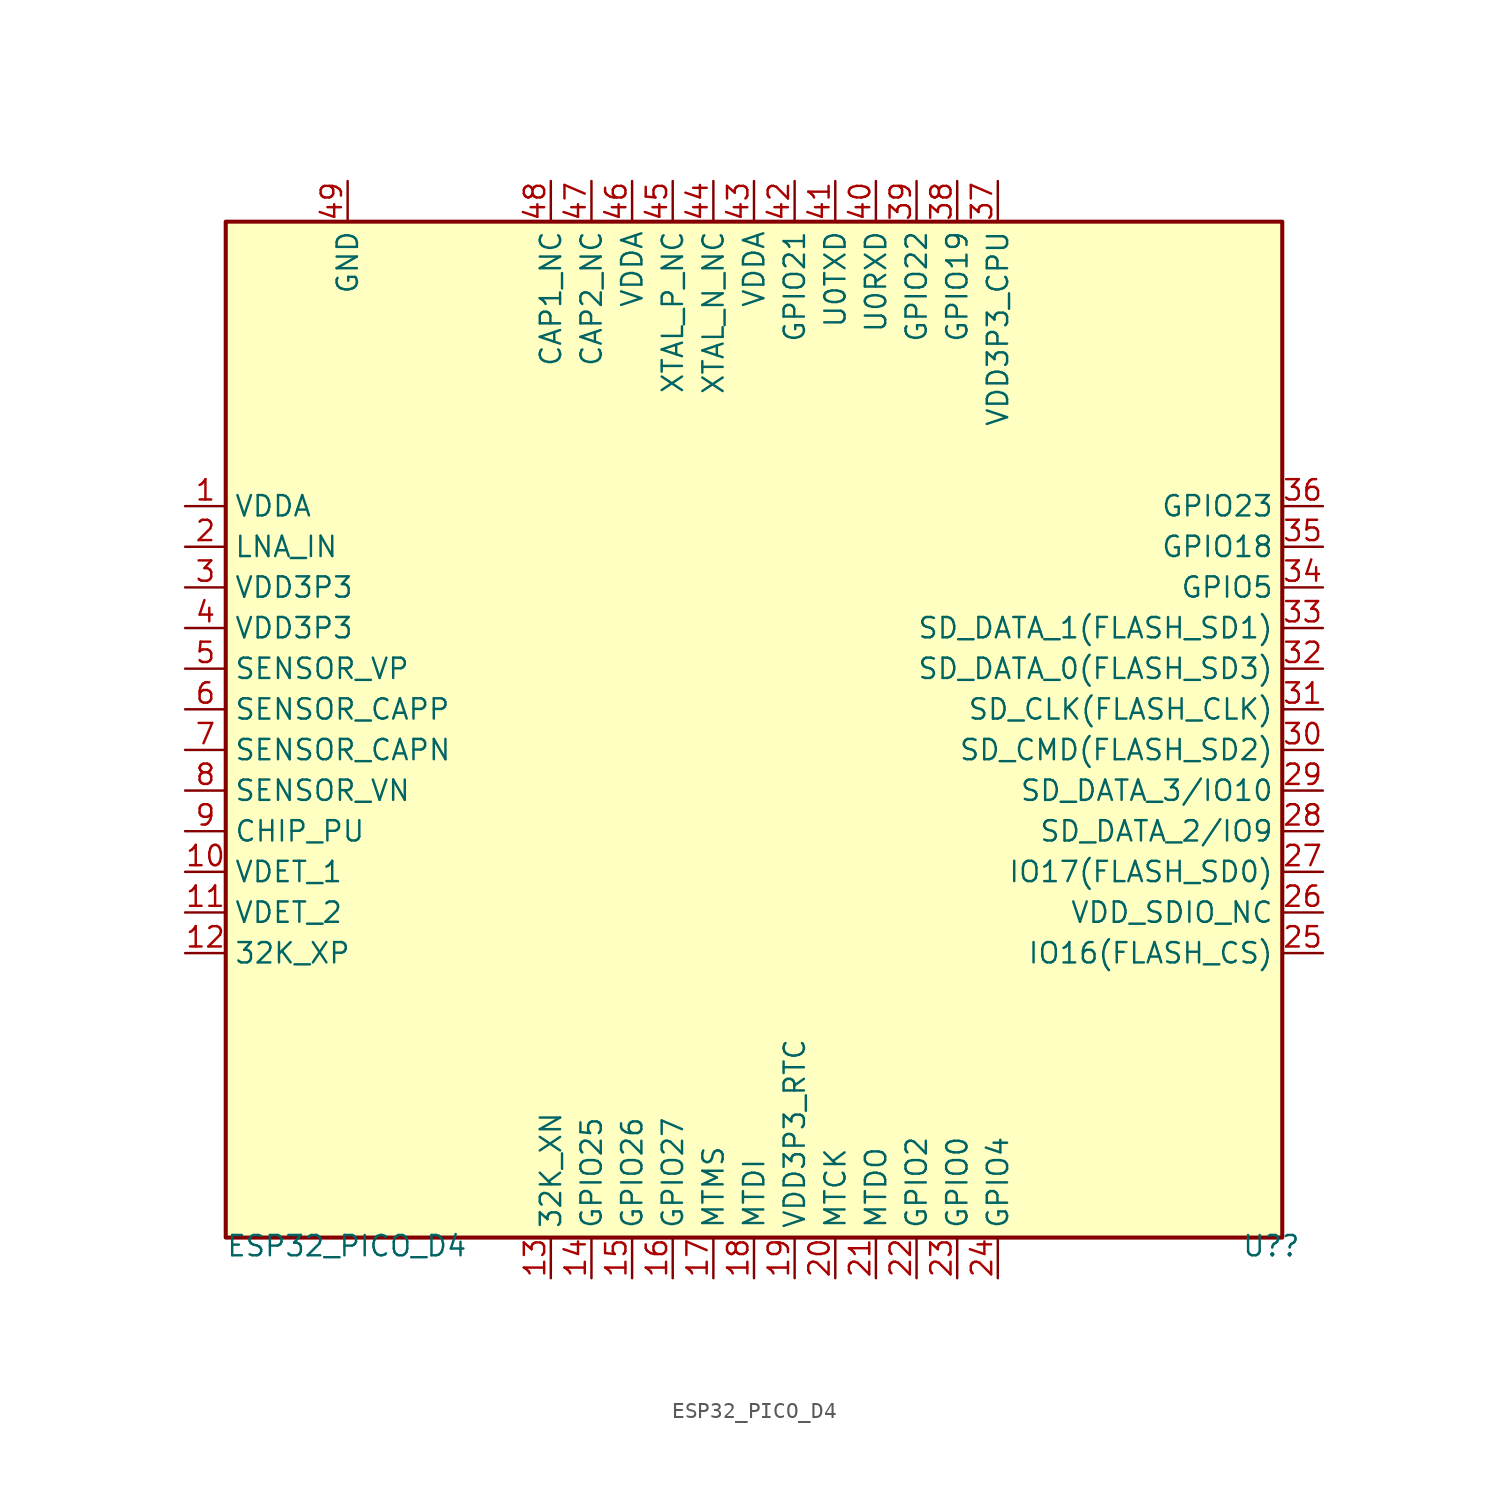
<source format=kicad_sym>
(kicad_symbol_lib
  (version 20211014)
  (generator kicad_symbol_editor)
  (symbol "ESP32_PICO_D4"
    (property "Reference" "U?"
      (at 63.5 -64.77 0)
      (effects (font (size 1.27 1.27)) (justify left bottom)))
    (property "Value" "ESP32_PICO_D4"
      (at 0 -64.77 0)
      (effects (font (size 1.27 1.27)) (justify left bottom)))
    (symbol "ESP32_PICO_D4_1_0"
      (rectangle (start 66.04 0) (end 0 -63.5) (stroke (width 0.254) (type default) (color 0 0 0 0)) (fill (type background)))
      (pin power_in line (at -2.54 -17.78 0) (length 2.54) (name "VDDA" (effects (font (size 1.27 1.27)))) (number "1" (effects (font (size 1.27 1.27)))))
      (pin passive line (at -2.54 -40.64 0) (length 2.54) (name "VDET_1" (effects (font (size 1.27 1.27)))) (number "10" (effects (font (size 1.27 1.27)))))
      (pin passive line (at -2.54 -43.18 0) (length 2.54) (name "VDET_2" (effects (font (size 1.27 1.27)))) (number "11" (effects (font (size 1.27 1.27)))))
      (pin passive line (at -2.54 -45.72 0) (length 2.54) (name "32K_XP" (effects (font (size 1.27 1.27)))) (number "12" (effects (font (size 1.27 1.27)))))
      (pin passive line (at 20.32 -66.04 90) (length 2.54) (name "32K_XN" (effects (font (size 1.27 1.27)))) (number "13" (effects (font (size 1.27 1.27)))))
      (pin passive line (at 22.86 -66.04 90) (length 2.54) (name "GPIO25" (effects (font (size 1.27 1.27)))) (number "14" (effects (font (size 1.27 1.27)))))
      (pin passive line (at 25.4 -66.04 90) (length 2.54) (name "GPIO26" (effects (font (size 1.27 1.27)))) (number "15" (effects (font (size 1.27 1.27)))))
      (pin passive line (at 27.94 -66.04 90) (length 2.54) (name "GPIO27" (effects (font (size 1.27 1.27)))) (number "16" (effects (font (size 1.27 1.27)))))
      (pin passive line (at 30.48 -66.04 90) (length 2.54) (name "MTMS" (effects (font (size 1.27 1.27)))) (number "17" (effects (font (size 1.27 1.27)))))
      (pin passive line (at 33.02 -66.04 90) (length 2.54) (name "MTDI" (effects (font (size 1.27 1.27)))) (number "18" (effects (font (size 1.27 1.27)))))
      (pin power_in line (at 35.56 -66.04 90) (length 2.54) (name "VDD3P3_RTC" (effects (font (size 1.27 1.27)))) (number "19" (effects (font (size 1.27 1.27)))))
      (pin passive line (at -2.54 -20.32 0) (length 2.54) (name "LNA_IN" (effects (font (size 1.27 1.27)))) (number "2" (effects (font (size 1.27 1.27)))))
      (pin passive line (at 38.1 -66.04 90) (length 2.54) (name "MTCK" (effects (font (size 1.27 1.27)))) (number "20" (effects (font (size 1.27 1.27)))))
      (pin passive line (at 40.64 -66.04 90) (length 2.54) (name "MTDO" (effects (font (size 1.27 1.27)))) (number "21" (effects (font (size 1.27 1.27)))))
      (pin passive line (at 43.18 -66.04 90) (length 2.54) (name "GPIO2" (effects (font (size 1.27 1.27)))) (number "22" (effects (font (size 1.27 1.27)))))
      (pin passive line (at 45.72 -66.04 90) (length 2.54) (name "GPIO0" (effects (font (size 1.27 1.27)))) (number "23" (effects (font (size 1.27 1.27)))))
      (pin passive line (at 48.26 -66.04 90) (length 2.54) (name "GPIO4" (effects (font (size 1.27 1.27)))) (number "24" (effects (font (size 1.27 1.27)))))
      (pin passive line (at 68.58 -45.72 180) (length 2.54) (name "IO16(FLASH_CS)" (effects (font (size 1.27 1.27)))) (number "25" (effects (font (size 1.27 1.27)))))
      (pin passive line (at 68.58 -43.18 180) (length 2.54) (name "VDD_SDIO_NC" (effects (font (size 1.27 1.27)))) (number "26" (effects (font (size 1.27 1.27)))))
      (pin passive line (at 68.58 -40.64 180) (length 2.54) (name "IO17(FLASH_SD0)" (effects (font (size 1.27 1.27)))) (number "27" (effects (font (size 1.27 1.27)))))
      (pin passive line (at 68.58 -38.1 180) (length 2.54) (name "SD_DATA_2/IO9" (effects (font (size 1.27 1.27)))) (number "28" (effects (font (size 1.27 1.27)))))
      (pin passive line (at 68.58 -35.56 180) (length 2.54) (name "SD_DATA_3/IO10" (effects (font (size 1.27 1.27)))) (number "29" (effects (font (size 1.27 1.27)))))
      (pin power_in line (at -2.54 -22.86 0) (length 2.54) (name "VDD3P3" (effects (font (size 1.27 1.27)))) (number "3" (effects (font (size 1.27 1.27)))))
      (pin passive line (at 68.58 -33.02 180) (length 2.54) (name "SD_CMD(FLASH_SD2)" (effects (font (size 1.27 1.27)))) (number "30" (effects (font (size 1.27 1.27)))))
      (pin passive line (at 68.58 -30.48 180) (length 2.54) (name "SD_CLK(FLASH_CLK)" (effects (font (size 1.27 1.27)))) (number "31" (effects (font (size 1.27 1.27)))))
      (pin passive line (at 68.58 -27.94 180) (length 2.54) (name "SD_DATA_0(FLASH_SD3)" (effects (font (size 1.27 1.27)))) (number "32" (effects (font (size 1.27 1.27)))))
      (pin passive line (at 68.58 -25.4 180) (length 2.54) (name "SD_DATA_1(FLASH_SD1)" (effects (font (size 1.27 1.27)))) (number "33" (effects (font (size 1.27 1.27)))))
      (pin passive line (at 68.58 -22.86 180) (length 2.54) (name "GPIO5" (effects (font (size 1.27 1.27)))) (number "34" (effects (font (size 1.27 1.27)))))
      (pin passive line (at 68.58 -20.32 180) (length 2.54) (name "GPIO18" (effects (font (size 1.27 1.27)))) (number "35" (effects (font (size 1.27 1.27)))))
      (pin passive line (at 68.58 -17.78 180) (length 2.54) (name "GPIO23" (effects (font (size 1.27 1.27)))) (number "36" (effects (font (size 1.27 1.27)))))
      (pin power_in line (at 48.26 2.54 270) (length 2.54) (name "VDD3P3_CPU" (effects (font (size 1.27 1.27)))) (number "37" (effects (font (size 1.27 1.27)))))
      (pin passive line (at 45.72 2.54 270) (length 2.54) (name "GPIO19" (effects (font (size 1.27 1.27)))) (number "38" (effects (font (size 1.27 1.27)))))
      (pin passive line (at 43.18 2.54 270) (length 2.54) (name "GPIO22" (effects (font (size 1.27 1.27)))) (number "39" (effects (font (size 1.27 1.27)))))
      (pin power_in line (at -2.54 -25.4 0) (length 2.54) (name "VDD3P3" (effects (font (size 1.27 1.27)))) (number "4" (effects (font (size 1.27 1.27)))))
      (pin passive line (at 40.64 2.54 270) (length 2.54) (name "U0RXD" (effects (font (size 1.27 1.27)))) (number "40" (effects (font (size 1.27 1.27)))))
      (pin passive line (at 38.1 2.54 270) (length 2.54) (name "U0TXD" (effects (font (size 1.27 1.27)))) (number "41" (effects (font (size 1.27 1.27)))))
      (pin passive line (at 35.56 2.54 270) (length 2.54) (name "GPIO21" (effects (font (size 1.27 1.27)))) (number "42" (effects (font (size 1.27 1.27)))))
      (pin power_in line (at 33.02 2.54 270) (length 2.54) (name "VDDA" (effects (font (size 1.27 1.27)))) (number "43" (effects (font (size 1.27 1.27)))))
      (pin passive line (at 30.48 2.54 270) (length 2.54) (name "XTAL_N_NC" (effects (font (size 1.27 1.27)))) (number "44" (effects (font (size 1.27 1.27)))))
      (pin passive line (at 27.94 2.54 270) (length 2.54) (name "XTAL_P_NC" (effects (font (size 1.27 1.27)))) (number "45" (effects (font (size 1.27 1.27)))))
      (pin power_in line (at 25.4 2.54 270) (length 2.54) (name "VDDA" (effects (font (size 1.27 1.27)))) (number "46" (effects (font (size 1.27 1.27)))))
      (pin passive line (at 22.86 2.54 270) (length 2.54) (name "CAP2_NC" (effects (font (size 1.27 1.27)))) (number "47" (effects (font (size 1.27 1.27)))))
      (pin passive line (at 20.32 2.54 270) (length 2.54) (name "CAP1_NC" (effects (font (size 1.27 1.27)))) (number "48" (effects (font (size 1.27 1.27)))))
      (pin power_in line (at 7.62 2.54 270) (length 2.54) (name "GND" (effects (font (size 1.27 1.27)))) (number "49" (effects (font (size 1.27 1.27)))))
      (pin passive line (at -2.54 -27.94 0) (length 2.54) (name "SENSOR_VP" (effects (font (size 1.27 1.27)))) (number "5" (effects (font (size 1.27 1.27)))))
      (pin passive line (at -2.54 -30.48 0) (length 2.54) (name "SENSOR_CAPP" (effects (font (size 1.27 1.27)))) (number "6" (effects (font (size 1.27 1.27)))))
      (pin passive line (at -2.54 -33.02 0) (length 2.54) (name "SENSOR_CAPN" (effects (font (size 1.27 1.27)))) (number "7" (effects (font (size 1.27 1.27)))))
      (pin passive line (at -2.54 -35.56 0) (length 2.54) (name "SENSOR_VN" (effects (font (size 1.27 1.27)))) (number "8" (effects (font (size 1.27 1.27)))))
      (pin passive line (at -2.54 -38.1 0) (length 2.54) (name "CHIP_PU" (effects (font (size 1.27 1.27)))) (number "9" (effects (font (size 1.27 1.27))))))))
</source>
